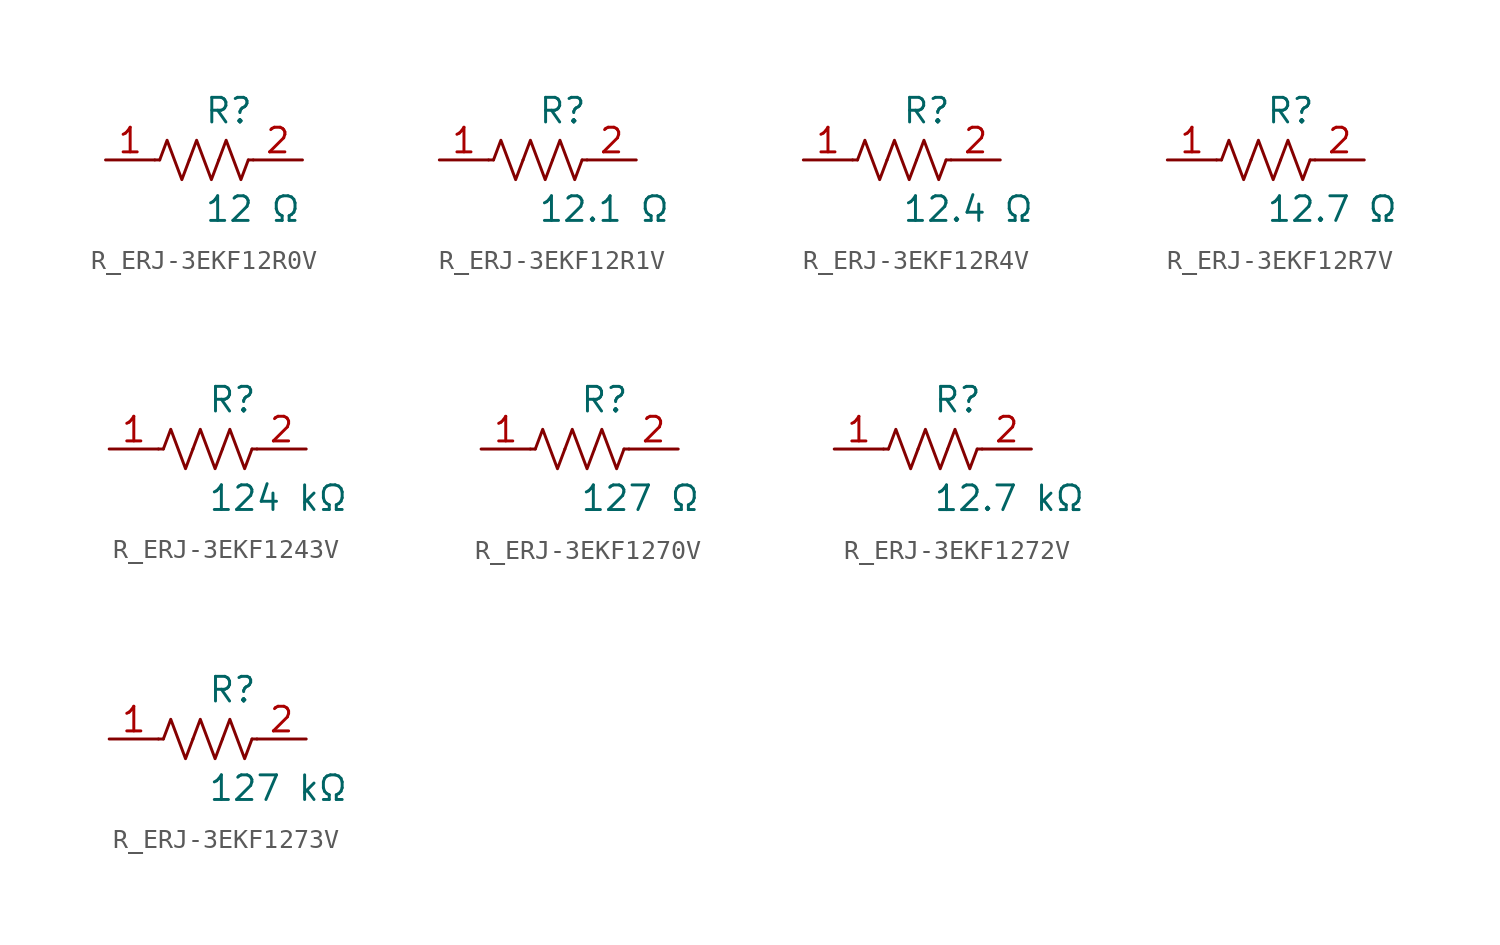
<source format=kicad_sym>
(kicad_symbol_lib
  (version 20231120)
  (generator kicad_symbol_editor)
  (generator_version 8.0)
  (symbol "R_ERJ-3EKF12R0V"
    (pin_names
      (offset 0.254))
    (property "Reference" "R"
      (at 0.0 2.54 0)
      (effects (font (size 1.27 1.27)) (justify left)))
    (property "Value" "12 Ω"
      (at 0.0 -2.54 0)
      (effects (font (size 1.27 1.27)) (justify left)))
    (symbol "R_ERJ-3EKF12R0V_0_1"
      (polyline (pts (xy 2.286 0) (xy 2.54 0)) (stroke (width 0) (type default)) (fill (type none)))
      (polyline (pts (xy -2.286 0) (xy -2.54 0)) (stroke (width 0) (type default)) (fill (type none)))
      (polyline (pts (xy 0.762 0) (xy 1.143 1.016) (xy 1.524 0) (xy 1.905 -1.016) (xy 2.286 0)) (stroke (width 0) (type default)) (fill (type none)))
      (polyline (pts (xy -0.762 0) (xy -0.381 1.016) (xy 0 0) (xy 0.381 -1.016) (xy 0.762 0)) (stroke (width 0) (type default)) (fill (type none)))
      (polyline (pts (xy -2.286 0) (xy -1.905 1.016) (xy -1.524 0) (xy -1.143 -1.016) (xy -0.762 0)) (stroke (width 0) (type default)) (fill (type none))))
    (pin unspecified line
      (at -5.08 0 0)
      (length 2.54)
      (name "" (effects (font (size 1.27 1.27))))
      (number "1" (effects (font (size 1.27 1.27)))))
    (pin unspecified line
      (at 5.08 0 180)
      (length 2.54)
      (name "" (effects (font (size 1.27 1.27))))
      (number "2" (effects (font (size 1.27 1.27))))))
  (symbol "R_ERJ-3EKF12R1V"
    (pin_names
      (offset 0.254))
    (property "Reference" "R"
      (at 0.0 2.54 0)
      (effects (font (size 1.27 1.27)) (justify left)))
    (property "Value" "12.1 Ω"
      (at 0.0 -2.54 0)
      (effects (font (size 1.27 1.27)) (justify left)))
    (symbol "R_ERJ-3EKF12R1V_0_1"
      (polyline (pts (xy 2.286 0) (xy 2.54 0)) (stroke (width 0) (type default)) (fill (type none)))
      (polyline (pts (xy -2.286 0) (xy -2.54 0)) (stroke (width 0) (type default)) (fill (type none)))
      (polyline (pts (xy 0.762 0) (xy 1.143 1.016) (xy 1.524 0) (xy 1.905 -1.016) (xy 2.286 0)) (stroke (width 0) (type default)) (fill (type none)))
      (polyline (pts (xy -0.762 0) (xy -0.381 1.016) (xy 0 0) (xy 0.381 -1.016) (xy 0.762 0)) (stroke (width 0) (type default)) (fill (type none)))
      (polyline (pts (xy -2.286 0) (xy -1.905 1.016) (xy -1.524 0) (xy -1.143 -1.016) (xy -0.762 0)) (stroke (width 0) (type default)) (fill (type none))))
    (pin unspecified line
      (at -5.08 0 0)
      (length 2.54)
      (name "" (effects (font (size 1.27 1.27))))
      (number "1" (effects (font (size 1.27 1.27)))))
    (pin unspecified line
      (at 5.08 0 180)
      (length 2.54)
      (name "" (effects (font (size 1.27 1.27))))
      (number "2" (effects (font (size 1.27 1.27))))))
  (symbol "R_ERJ-3EKF12R4V"
    (pin_names
      (offset 0.254))
    (property "Reference" "R"
      (at 0.0 2.54 0)
      (effects (font (size 1.27 1.27)) (justify left)))
    (property "Value" "12.4 Ω"
      (at 0.0 -2.54 0)
      (effects (font (size 1.27 1.27)) (justify left)))
    (symbol "R_ERJ-3EKF12R4V_0_1"
      (polyline (pts (xy 2.286 0) (xy 2.54 0)) (stroke (width 0) (type default)) (fill (type none)))
      (polyline (pts (xy -2.286 0) (xy -2.54 0)) (stroke (width 0) (type default)) (fill (type none)))
      (polyline (pts (xy 0.762 0) (xy 1.143 1.016) (xy 1.524 0) (xy 1.905 -1.016) (xy 2.286 0)) (stroke (width 0) (type default)) (fill (type none)))
      (polyline (pts (xy -0.762 0) (xy -0.381 1.016) (xy 0 0) (xy 0.381 -1.016) (xy 0.762 0)) (stroke (width 0) (type default)) (fill (type none)))
      (polyline (pts (xy -2.286 0) (xy -1.905 1.016) (xy -1.524 0) (xy -1.143 -1.016) (xy -0.762 0)) (stroke (width 0) (type default)) (fill (type none))))
    (pin unspecified line
      (at -5.08 0 0)
      (length 2.54)
      (name "" (effects (font (size 1.27 1.27))))
      (number "1" (effects (font (size 1.27 1.27)))))
    (pin unspecified line
      (at 5.08 0 180)
      (length 2.54)
      (name "" (effects (font (size 1.27 1.27))))
      (number "2" (effects (font (size 1.27 1.27))))))
  (symbol "R_ERJ-3EKF12R7V"
    (pin_names
      (offset 0.254))
    (property "Reference" "R"
      (at 0.0 2.54 0)
      (effects (font (size 1.27 1.27)) (justify left)))
    (property "Value" "12.7 Ω"
      (at 0.0 -2.54 0)
      (effects (font (size 1.27 1.27)) (justify left)))
    (symbol "R_ERJ-3EKF12R7V_0_1"
      (polyline (pts (xy 2.286 0) (xy 2.54 0)) (stroke (width 0) (type default)) (fill (type none)))
      (polyline (pts (xy -2.286 0) (xy -2.54 0)) (stroke (width 0) (type default)) (fill (type none)))
      (polyline (pts (xy 0.762 0) (xy 1.143 1.016) (xy 1.524 0) (xy 1.905 -1.016) (xy 2.286 0)) (stroke (width 0) (type default)) (fill (type none)))
      (polyline (pts (xy -0.762 0) (xy -0.381 1.016) (xy 0 0) (xy 0.381 -1.016) (xy 0.762 0)) (stroke (width 0) (type default)) (fill (type none)))
      (polyline (pts (xy -2.286 0) (xy -1.905 1.016) (xy -1.524 0) (xy -1.143 -1.016) (xy -0.762 0)) (stroke (width 0) (type default)) (fill (type none))))
    (pin unspecified line
      (at -5.08 0 0)
      (length 2.54)
      (name "" (effects (font (size 1.27 1.27))))
      (number "1" (effects (font (size 1.27 1.27)))))
    (pin unspecified line
      (at 5.08 0 180)
      (length 2.54)
      (name "" (effects (font (size 1.27 1.27))))
      (number "2" (effects (font (size 1.27 1.27))))))
  (symbol "R_ERJ-3EKF1243V"
    (pin_names
      (offset 0.254))
    (property "Reference" "R"
      (at 0.0 2.54 0)
      (effects (font (size 1.27 1.27)) (justify left)))
    (property "Value" "124 kΩ"
      (at 0.0 -2.54 0)
      (effects (font (size 1.27 1.27)) (justify left)))
    (symbol "R_ERJ-3EKF1243V_0_1"
      (polyline (pts (xy 2.286 0) (xy 2.54 0)) (stroke (width 0) (type default)) (fill (type none)))
      (polyline (pts (xy -2.286 0) (xy -2.54 0)) (stroke (width 0) (type default)) (fill (type none)))
      (polyline (pts (xy 0.762 0) (xy 1.143 1.016) (xy 1.524 0) (xy 1.905 -1.016) (xy 2.286 0)) (stroke (width 0) (type default)) (fill (type none)))
      (polyline (pts (xy -0.762 0) (xy -0.381 1.016) (xy 0 0) (xy 0.381 -1.016) (xy 0.762 0)) (stroke (width 0) (type default)) (fill (type none)))
      (polyline (pts (xy -2.286 0) (xy -1.905 1.016) (xy -1.524 0) (xy -1.143 -1.016) (xy -0.762 0)) (stroke (width 0) (type default)) (fill (type none))))
    (pin unspecified line
      (at -5.08 0 0)
      (length 2.54)
      (name "" (effects (font (size 1.27 1.27))))
      (number "1" (effects (font (size 1.27 1.27)))))
    (pin unspecified line
      (at 5.08 0 180)
      (length 2.54)
      (name "" (effects (font (size 1.27 1.27))))
      (number "2" (effects (font (size 1.27 1.27))))))
  (symbol "R_ERJ-3EKF1270V"
    (pin_names
      (offset 0.254))
    (property "Reference" "R"
      (at 0.0 2.54 0)
      (effects (font (size 1.27 1.27)) (justify left)))
    (property "Value" "127 Ω"
      (at 0.0 -2.54 0)
      (effects (font (size 1.27 1.27)) (justify left)))
    (symbol "R_ERJ-3EKF1270V_0_1"
      (polyline (pts (xy 2.286 0) (xy 2.54 0)) (stroke (width 0) (type default)) (fill (type none)))
      (polyline (pts (xy -2.286 0) (xy -2.54 0)) (stroke (width 0) (type default)) (fill (type none)))
      (polyline (pts (xy 0.762 0) (xy 1.143 1.016) (xy 1.524 0) (xy 1.905 -1.016) (xy 2.286 0)) (stroke (width 0) (type default)) (fill (type none)))
      (polyline (pts (xy -0.762 0) (xy -0.381 1.016) (xy 0 0) (xy 0.381 -1.016) (xy 0.762 0)) (stroke (width 0) (type default)) (fill (type none)))
      (polyline (pts (xy -2.286 0) (xy -1.905 1.016) (xy -1.524 0) (xy -1.143 -1.016) (xy -0.762 0)) (stroke (width 0) (type default)) (fill (type none))))
    (pin unspecified line
      (at -5.08 0 0)
      (length 2.54)
      (name "" (effects (font (size 1.27 1.27))))
      (number "1" (effects (font (size 1.27 1.27)))))
    (pin unspecified line
      (at 5.08 0 180)
      (length 2.54)
      (name "" (effects (font (size 1.27 1.27))))
      (number "2" (effects (font (size 1.27 1.27))))))
  (symbol "R_ERJ-3EKF1272V"
    (pin_names
      (offset 0.254))
    (property "Reference" "R"
      (at 0.0 2.54 0)
      (effects (font (size 1.27 1.27)) (justify left)))
    (property "Value" "12.7 kΩ"
      (at 0.0 -2.54 0)
      (effects (font (size 1.27 1.27)) (justify left)))
    (symbol "R_ERJ-3EKF1272V_0_1"
      (polyline (pts (xy 2.286 0) (xy 2.54 0)) (stroke (width 0) (type default)) (fill (type none)))
      (polyline (pts (xy -2.286 0) (xy -2.54 0)) (stroke (width 0) (type default)) (fill (type none)))
      (polyline (pts (xy 0.762 0) (xy 1.143 1.016) (xy 1.524 0) (xy 1.905 -1.016) (xy 2.286 0)) (stroke (width 0) (type default)) (fill (type none)))
      (polyline (pts (xy -0.762 0) (xy -0.381 1.016) (xy 0 0) (xy 0.381 -1.016) (xy 0.762 0)) (stroke (width 0) (type default)) (fill (type none)))
      (polyline (pts (xy -2.286 0) (xy -1.905 1.016) (xy -1.524 0) (xy -1.143 -1.016) (xy -0.762 0)) (stroke (width 0) (type default)) (fill (type none))))
    (pin unspecified line
      (at -5.08 0 0)
      (length 2.54)
      (name "" (effects (font (size 1.27 1.27))))
      (number "1" (effects (font (size 1.27 1.27)))))
    (pin unspecified line
      (at 5.08 0 180)
      (length 2.54)
      (name "" (effects (font (size 1.27 1.27))))
      (number "2" (effects (font (size 1.27 1.27))))))
  (symbol "R_ERJ-3EKF1273V"
    (pin_names
      (offset 0.254))
    (property "Reference" "R"
      (at 0.0 2.54 0)
      (effects (font (size 1.27 1.27)) (justify left)))
    (property "Value" "127 kΩ"
      (at 0.0 -2.54 0)
      (effects (font (size 1.27 1.27)) (justify left)))
    (symbol "R_ERJ-3EKF1273V_0_1"
      (polyline (pts (xy 2.286 0) (xy 2.54 0)) (stroke (width 0) (type default)) (fill (type none)))
      (polyline (pts (xy -2.286 0) (xy -2.54 0)) (stroke (width 0) (type default)) (fill (type none)))
      (polyline (pts (xy 0.762 0) (xy 1.143 1.016) (xy 1.524 0) (xy 1.905 -1.016) (xy 2.286 0)) (stroke (width 0) (type default)) (fill (type none)))
      (polyline (pts (xy -0.762 0) (xy -0.381 1.016) (xy 0 0) (xy 0.381 -1.016) (xy 0.762 0)) (stroke (width 0) (type default)) (fill (type none)))
      (polyline (pts (xy -2.286 0) (xy -1.905 1.016) (xy -1.524 0) (xy -1.143 -1.016) (xy -0.762 0)) (stroke (width 0) (type default)) (fill (type none))))
    (pin unspecified line
      (at -5.08 0 0)
      (length 2.54)
      (name "" (effects (font (size 1.27 1.27))))
      (number "1" (effects (font (size 1.27 1.27)))))
    (pin unspecified line
      (at 5.08 0 180)
      (length 2.54)
      (name "" (effects (font (size 1.27 1.27))))
      (number "2" (effects (font (size 1.27 1.27)))))))
</source>
